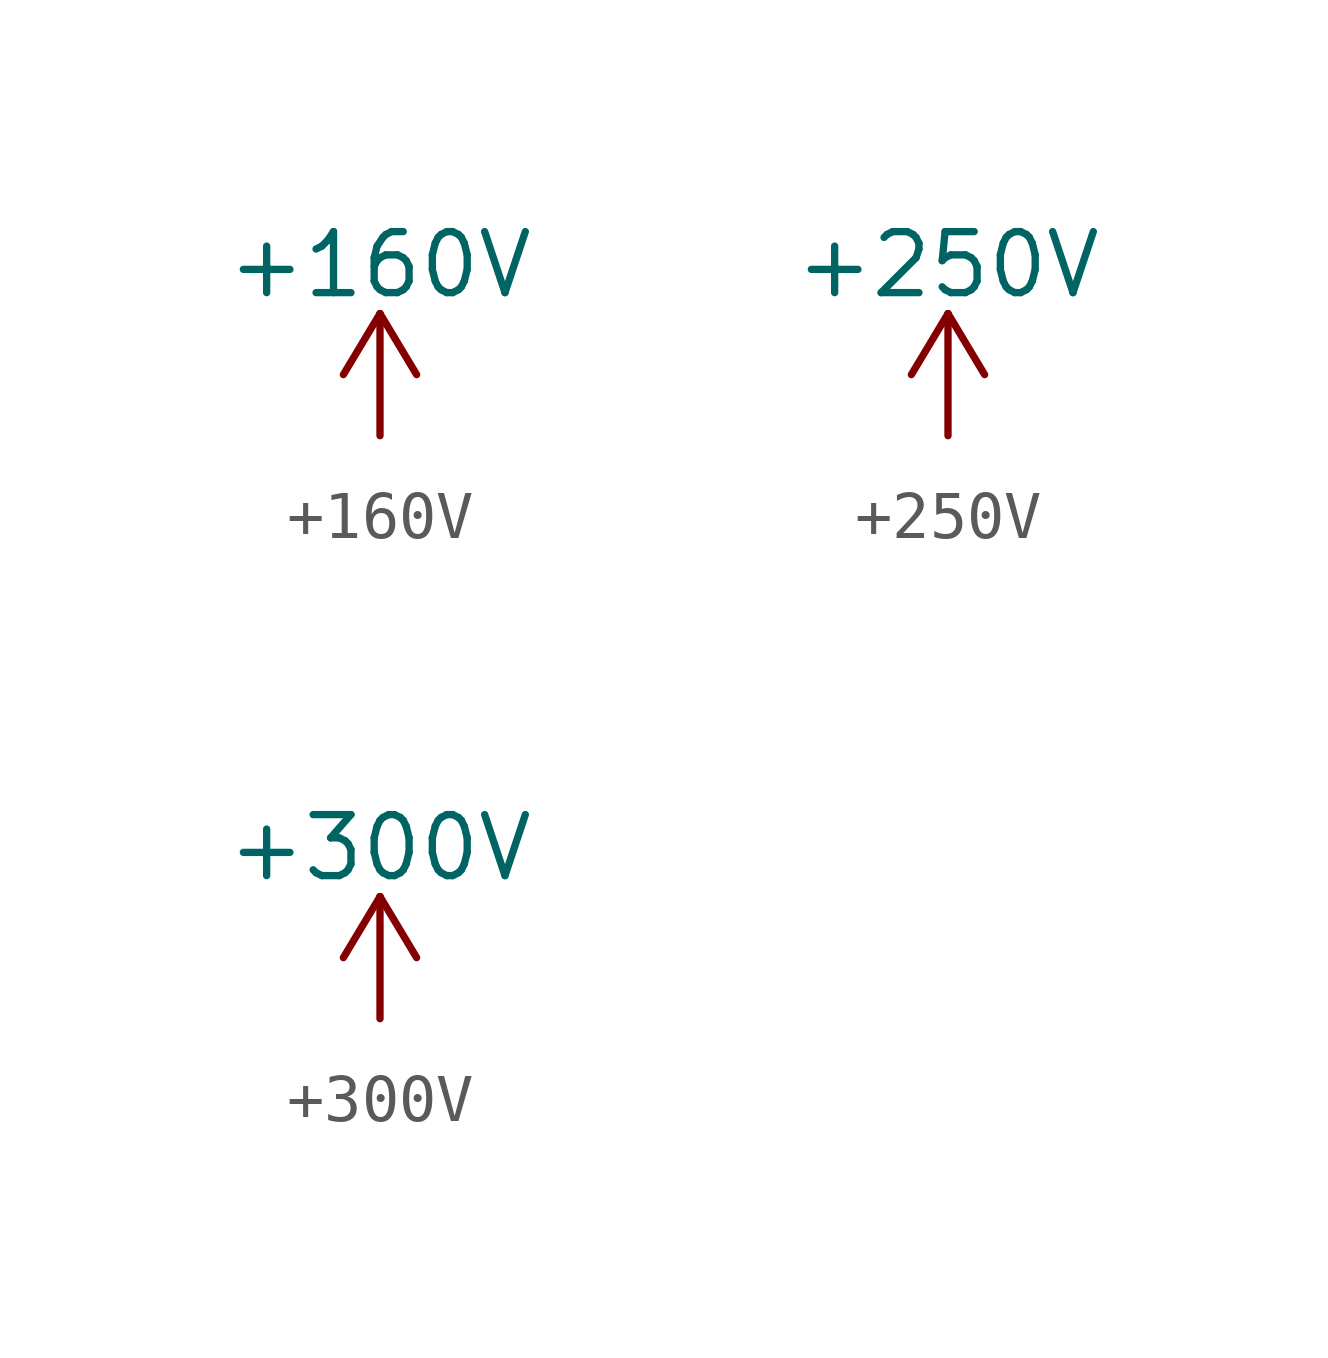
<source format=kicad_sym>
(kicad_symbol_lib
  (version 20211014)
  (generator kicad_symbol_editor)
  (symbol "+160V"
    (power)
    (pin_names
      (offset 0))
    (property "Reference" "#PWR"
      (at 0 -3.81 0)
      (effects (font (size 1.27 1.27)) hide))
    (property "Value" "+160V"
      (at 0 3.556 0)
      (effects (font (size 1.27 1.27))))
    (symbol "+160V_0_1"
      (polyline (pts (xy -0.762 1.27) (xy 0 2.54)) (stroke (width 0) (type default) (color 0 0 0 0)) (fill (type none)))
      (polyline (pts (xy 0 0) (xy 0 2.54)) (stroke (width 0) (type default) (color 0 0 0 0)) (fill (type none)))
      (polyline (pts (xy 0 2.54) (xy 0.762 1.27)) (stroke (width 0) (type default) (color 0 0 0 0)) (fill (type none))))
    (symbol "+160V_1_1"
      (pin power_in line (at 0 0 90) (length 0) hide (name "+160V" (effects (font (size 1.27 1.27)))) (number "1" (effects (font (size 1.27 1.27)))))))
  (symbol "+250V"
    (power)
    (pin_names
      (offset 0))
    (property "Reference" "#PWR"
      (at 0 -3.81 0)
      (effects (font (size 1.27 1.27)) hide))
    (property "Value" "+250V"
      (at 0 3.556 0)
      (effects (font (size 1.27 1.27))))
    (symbol "+250V_0_1"
      (polyline (pts (xy -0.762 1.27) (xy 0 2.54)) (stroke (width 0) (type default) (color 0 0 0 0)) (fill (type none)))
      (polyline (pts (xy 0 0) (xy 0 2.54)) (stroke (width 0) (type default) (color 0 0 0 0)) (fill (type none)))
      (polyline (pts (xy 0 2.54) (xy 0.762 1.27)) (stroke (width 0) (type default) (color 0 0 0 0)) (fill (type none))))
    (symbol "+250V_1_1"
      (pin power_in line (at 0 0 90) (length 0) hide (name "+250V" (effects (font (size 1.27 1.27)))) (number "1" (effects (font (size 1.27 1.27)))))))
  (symbol "+300V"
    (power)
    (pin_names
      (offset 0))
    (property "Reference" "#PWR"
      (at 0 -3.81 0)
      (effects (font (size 1.27 1.27)) hide))
    (property "Value" "+300V"
      (at 0 3.556 0)
      (effects (font (size 1.27 1.27))))
    (symbol "+300V_0_1"
      (polyline (pts (xy -0.762 1.27) (xy 0 2.54)) (stroke (width 0) (type default) (color 0 0 0 0)) (fill (type none)))
      (polyline (pts (xy 0 0) (xy 0 2.54)) (stroke (width 0) (type default) (color 0 0 0 0)) (fill (type none)))
      (polyline (pts (xy 0 2.54) (xy 0.762 1.27)) (stroke (width 0) (type default) (color 0 0 0 0)) (fill (type none))))
    (symbol "+300V_1_1"
      (pin power_in line (at 0 0 90) (length 0) hide (name "+300V" (effects (font (size 1.27 1.27)))) (number "1" (effects (font (size 1.27 1.27))))))))
</source>
